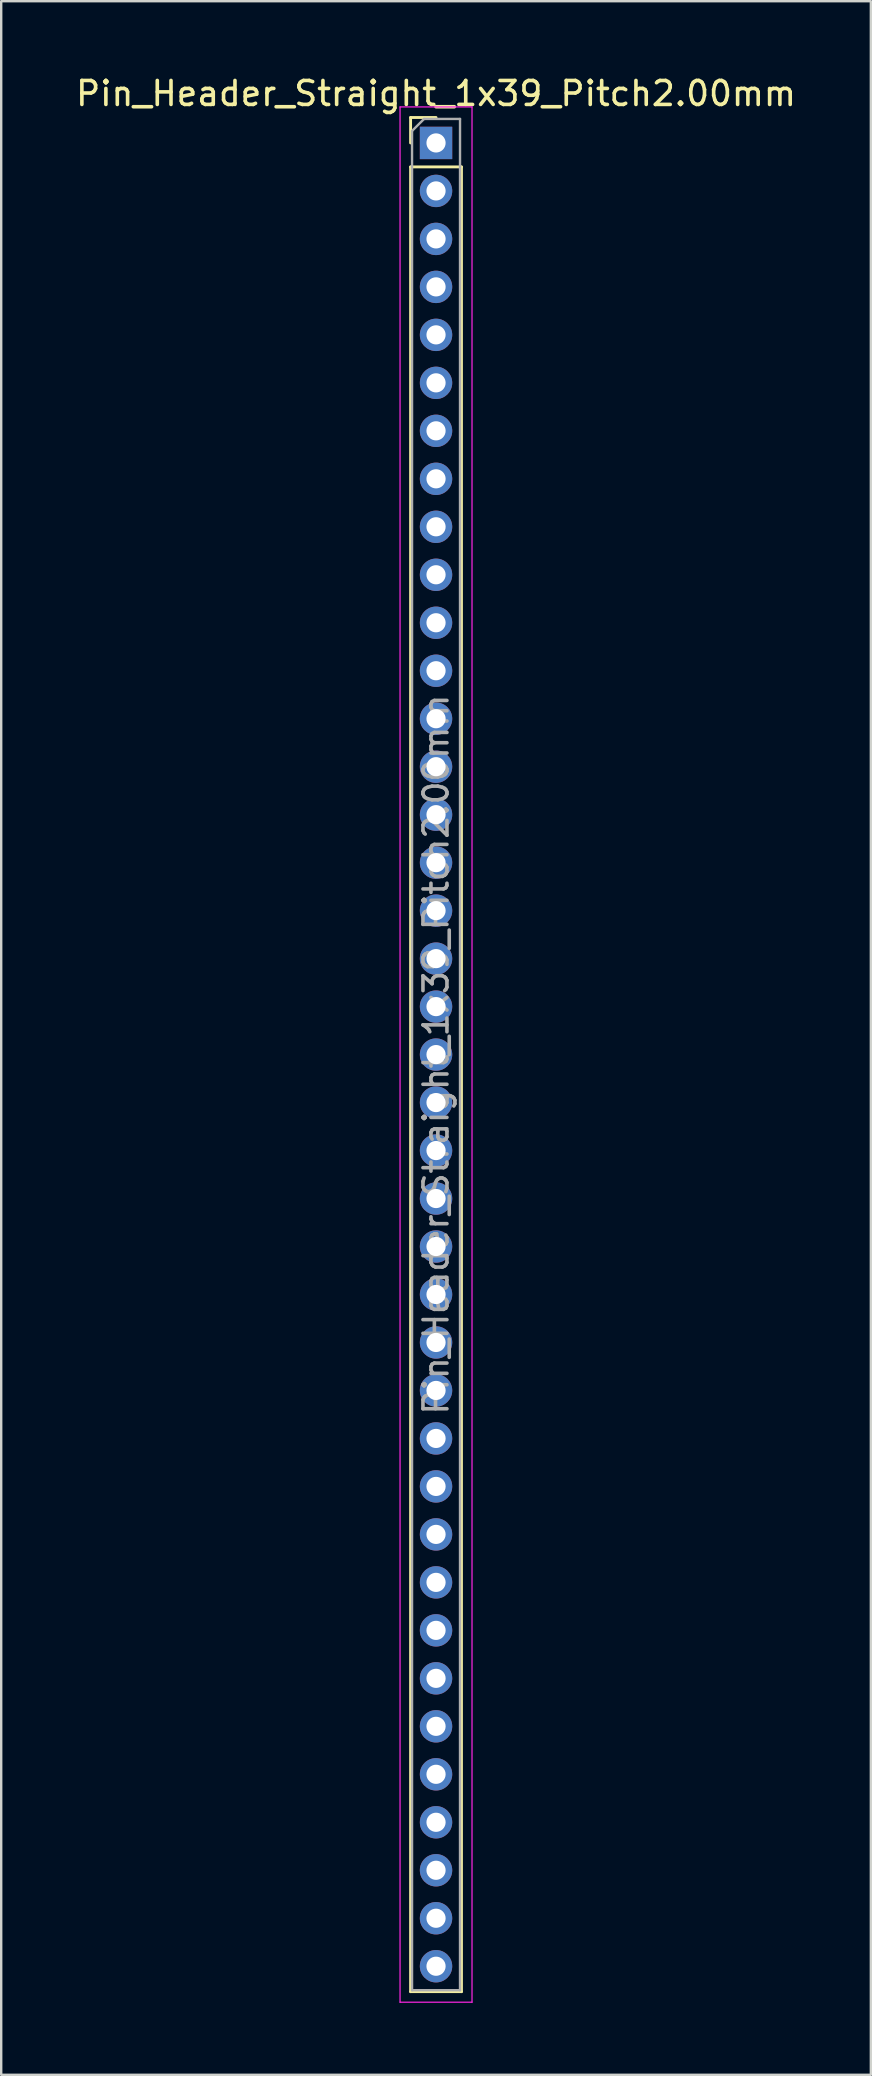
<source format=kicad_pcb>
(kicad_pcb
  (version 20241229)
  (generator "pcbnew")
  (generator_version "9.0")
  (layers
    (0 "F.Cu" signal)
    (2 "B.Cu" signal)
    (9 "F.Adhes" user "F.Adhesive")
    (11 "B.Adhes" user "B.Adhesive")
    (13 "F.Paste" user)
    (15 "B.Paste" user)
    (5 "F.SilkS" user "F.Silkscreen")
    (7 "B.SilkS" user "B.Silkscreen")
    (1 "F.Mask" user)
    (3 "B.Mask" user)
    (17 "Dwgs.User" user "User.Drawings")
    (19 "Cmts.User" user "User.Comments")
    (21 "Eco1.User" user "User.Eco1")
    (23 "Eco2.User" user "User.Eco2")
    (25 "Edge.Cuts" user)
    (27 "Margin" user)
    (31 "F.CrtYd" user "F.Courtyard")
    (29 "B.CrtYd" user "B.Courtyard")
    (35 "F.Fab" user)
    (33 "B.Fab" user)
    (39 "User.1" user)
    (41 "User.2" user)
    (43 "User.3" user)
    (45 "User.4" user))
  (footprint "Pin_Header_Straight_1x39_Pitch2.00mm"
    (layer "F.Cu")
    (at 15.125 2.908)
    (property "Reference" "Pin_Header_Straight_1x39_Pitch2.00mm" (at 0 -2.06 0) (layer "F.SilkS") (effects (font (size 1 1) (thickness 0.15))))
    (attr through_hole)
    (fp_line (start -1.06 -1.06) (end 0 -1.06) (stroke (width 0.12) (type solid)) (layer "F.SilkS"))
    (fp_line (start -1.06 0) (end -1.06 -1.06) (stroke (width 0.12) (type solid)) (layer "F.SilkS"))
    (fp_line (start -1.06 1) (end -1.06 77.06) (stroke (width 0.12) (type solid)) (layer "F.SilkS"))
    (fp_line (start -1.06 1) (end 1.06 1) (stroke (width 0.12) (type solid)) (layer "F.SilkS"))
    (fp_line (start -1.06 77.06) (end 1.06 77.06) (stroke (width 0.12) (type solid)) (layer "F.SilkS"))
    (fp_line (start 1.06 1) (end 1.06 77.06) (stroke (width 0.12) (type solid)) (layer "F.SilkS"))
    (fp_line (start -1.5 -1.5) (end -1.5 77.5) (stroke (width 0.05) (type solid)) (layer "F.CrtYd"))
    (fp_line (start -1.5 77.5) (end 1.5 77.5) (stroke (width 0.05) (type solid)) (layer "F.CrtYd"))
    (fp_line (start 1.5 -1.5) (end -1.5 -1.5) (stroke (width 0.05) (type solid)) (layer "F.CrtYd"))
    (fp_line (start 1.5 77.5) (end 1.5 -1.5) (stroke (width 0.05) (type solid)) (layer "F.CrtYd"))
    (fp_line (start -1 -0.5) (end -0.5 -1) (stroke (width 0.1) (type solid)) (layer "F.Fab"))
    (fp_line (start -1 77) (end -1 -0.5) (stroke (width 0.1) (type solid)) (layer "F.Fab"))
    (fp_line (start -0.5 -1) (end 1 -1) (stroke (width 0.1) (type solid)) (layer "F.Fab"))
    (fp_line (start 1 -1) (end 1 77) (stroke (width 0.1) (type solid)) (layer "F.Fab"))
    (fp_line (start 1 77) (end -1 77) (stroke (width 0.1) (type solid)) (layer "F.Fab"))
    (fp_text user "${REFERENCE}" (at 0 38 90) (layer "F.Fab") (effects (font (size 1 1) (thickness 0.15))))
    (pad "1" thru_hole rect (at 0 0) (size 1.35 1.35) (drill 0.8) (layers "*.Cu" "*.Mask"))
    (pad "2" thru_hole oval (at 0 2) (size 1.35 1.35) (drill 0.8) (layers "*.Cu" "*.Mask"))
    (pad "3" thru_hole oval (at 0 4) (size 1.35 1.35) (drill 0.8) (layers "*.Cu" "*.Mask"))
    (pad "4" thru_hole oval (at 0 6) (size 1.35 1.35) (drill 0.8) (layers "*.Cu" "*.Mask"))
    (pad "5" thru_hole oval (at 0 8) (size 1.35 1.35) (drill 0.8) (layers "*.Cu" "*.Mask"))
    (pad "6" thru_hole oval (at 0 10) (size 1.35 1.35) (drill 0.8) (layers "*.Cu" "*.Mask"))
    (pad "7" thru_hole oval (at 0 12) (size 1.35 1.35) (drill 0.8) (layers "*.Cu" "*.Mask"))
    (pad "8" thru_hole oval (at 0 14) (size 1.35 1.35) (drill 0.8) (layers "*.Cu" "*.Mask"))
    (pad "9" thru_hole oval (at 0 16) (size 1.35 1.35) (drill 0.8) (layers "*.Cu" "*.Mask"))
    (pad "10" thru_hole oval (at 0 18) (size 1.35 1.35) (drill 0.8) (layers "*.Cu" "*.Mask"))
    (pad "11" thru_hole oval (at 0 20) (size 1.35 1.35) (drill 0.8) (layers "*.Cu" "*.Mask"))
    (pad "12" thru_hole oval (at 0 22) (size 1.35 1.35) (drill 0.8) (layers "*.Cu" "*.Mask"))
    (pad "13" thru_hole oval (at 0 24) (size 1.35 1.35) (drill 0.8) (layers "*.Cu" "*.Mask"))
    (pad "14" thru_hole oval (at 0 26) (size 1.35 1.35) (drill 0.8) (layers "*.Cu" "*.Mask"))
    (pad "15" thru_hole oval (at 0 28) (size 1.35 1.35) (drill 0.8) (layers "*.Cu" "*.Mask"))
    (pad "16" thru_hole oval (at 0 30) (size 1.35 1.35) (drill 0.8) (layers "*.Cu" "*.Mask"))
    (pad "17" thru_hole oval (at 0 32) (size 1.35 1.35) (drill 0.8) (layers "*.Cu" "*.Mask"))
    (pad "18" thru_hole oval (at 0 34) (size 1.35 1.35) (drill 0.8) (layers "*.Cu" "*.Mask"))
    (pad "19" thru_hole oval (at 0 36) (size 1.35 1.35) (drill 0.8) (layers "*.Cu" "*.Mask"))
    (pad "20" thru_hole oval (at 0 38) (size 1.35 1.35) (drill 0.8) (layers "*.Cu" "*.Mask"))
    (pad "21" thru_hole oval (at 0 40) (size 1.35 1.35) (drill 0.8) (layers "*.Cu" "*.Mask"))
    (pad "22" thru_hole oval (at 0 42) (size 1.35 1.35) (drill 0.8) (layers "*.Cu" "*.Mask"))
    (pad "23" thru_hole oval (at 0 44) (size 1.35 1.35) (drill 0.8) (layers "*.Cu" "*.Mask"))
    (pad "24" thru_hole oval (at 0 46) (size 1.35 1.35) (drill 0.8) (layers "*.Cu" "*.Mask"))
    (pad "25" thru_hole oval (at 0 48) (size 1.35 1.35) (drill 0.8) (layers "*.Cu" "*.Mask"))
    (pad "26" thru_hole oval (at 0 50) (size 1.35 1.35) (drill 0.8) (layers "*.Cu" "*.Mask"))
    (pad "27" thru_hole oval (at 0 52) (size 1.35 1.35) (drill 0.8) (layers "*.Cu" "*.Mask"))
    (pad "28" thru_hole oval (at 0 54) (size 1.35 1.35) (drill 0.8) (layers "*.Cu" "*.Mask"))
    (pad "29" thru_hole oval (at 0 56) (size 1.35 1.35) (drill 0.8) (layers "*.Cu" "*.Mask"))
    (pad "30" thru_hole oval (at 0 58) (size 1.35 1.35) (drill 0.8) (layers "*.Cu" "*.Mask"))
    (pad "31" thru_hole oval (at 0 60) (size 1.35 1.35) (drill 0.8) (layers "*.Cu" "*.Mask"))
    (pad "32" thru_hole oval (at 0 62) (size 1.35 1.35) (drill 0.8) (layers "*.Cu" "*.Mask"))
    (pad "33" thru_hole oval (at 0 64) (size 1.35 1.35) (drill 0.8) (layers "*.Cu" "*.Mask"))
    (pad "34" thru_hole oval (at 0 66) (size 1.35 1.35) (drill 0.8) (layers "*.Cu" "*.Mask"))
    (pad "35" thru_hole oval (at 0 68) (size 1.35 1.35) (drill 0.8) (layers "*.Cu" "*.Mask"))
    (pad "36" thru_hole oval (at 0 70) (size 1.35 1.35) (drill 0.8) (layers "*.Cu" "*.Mask"))
    (pad "37" thru_hole oval (at 0 72) (size 1.35 1.35) (drill 0.8) (layers "*.Cu" "*.Mask"))
    (pad "38" thru_hole oval (at 0 74) (size 1.35 1.35) (drill 0.8) (layers "*.Cu" "*.Mask"))
    (pad "39" thru_hole oval (at 0 76) (size 1.35 1.35) (drill 0.8) (layers "*.Cu" "*.Mask")))
  (gr_rect
    (start -3 -3)
    (end 33.25 83.433)
    (stroke (width 0.1) (type default))
    (fill no)
    (layer "Edge.Cuts")))
</source>
